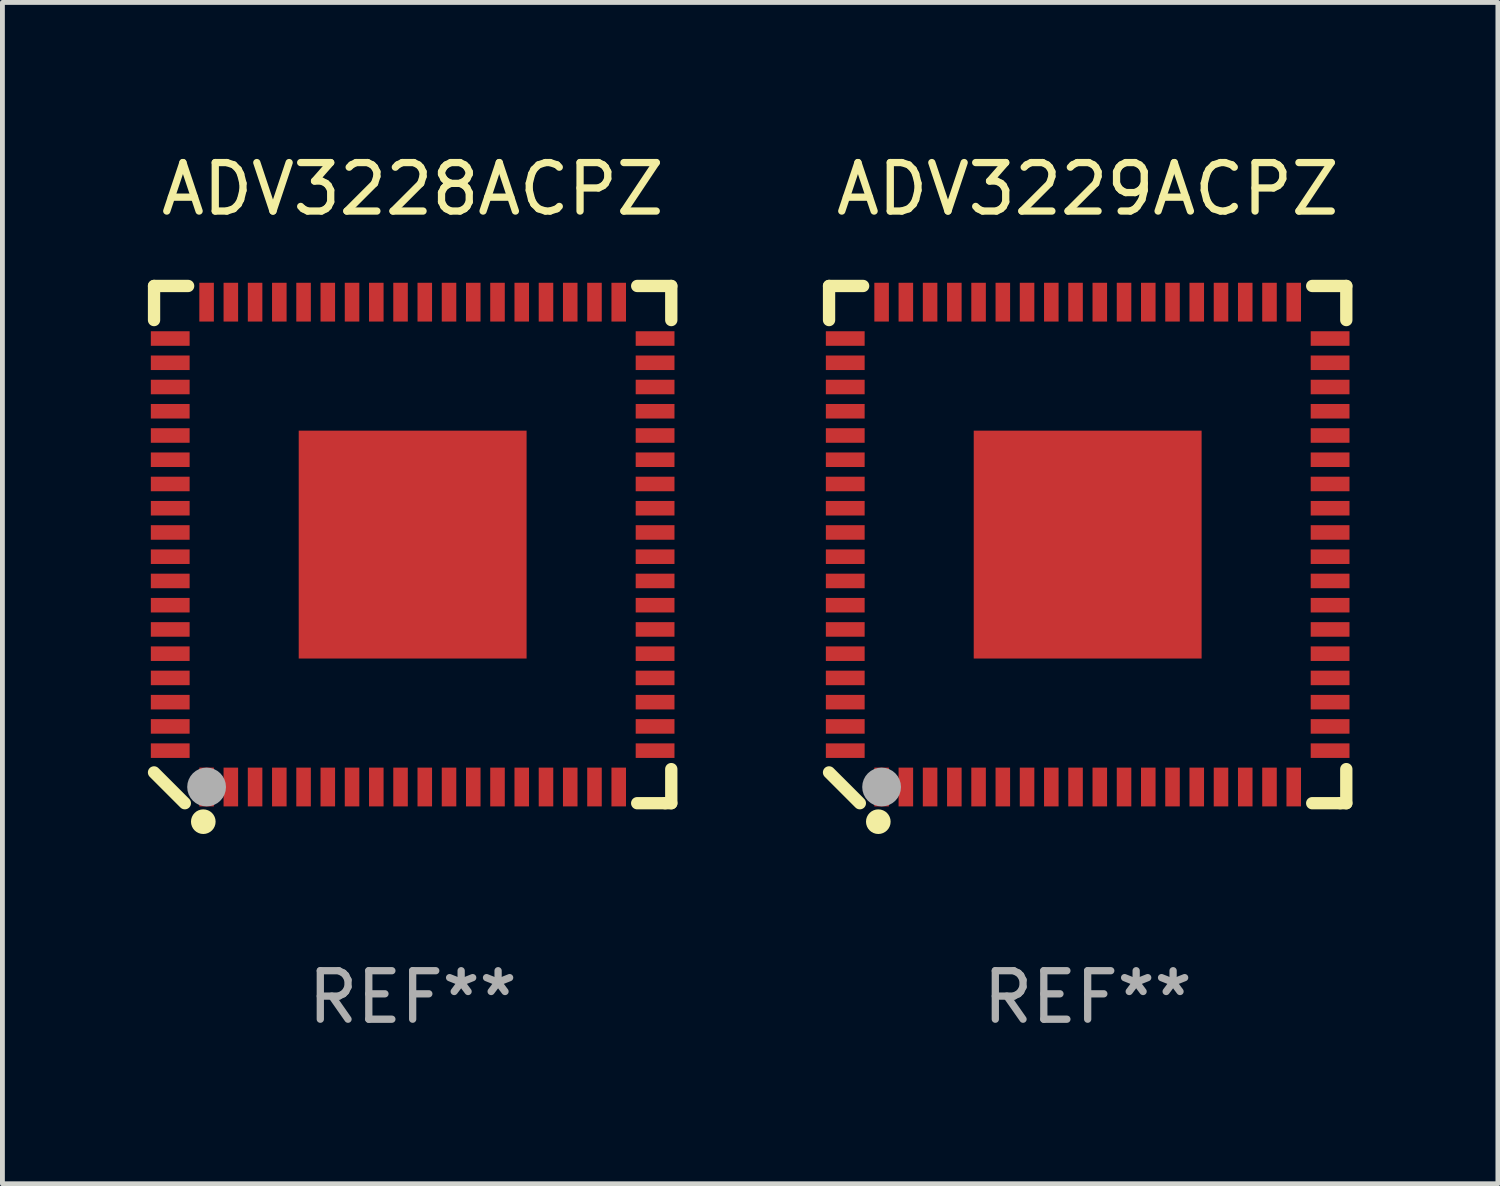
<source format=kicad_pcb>
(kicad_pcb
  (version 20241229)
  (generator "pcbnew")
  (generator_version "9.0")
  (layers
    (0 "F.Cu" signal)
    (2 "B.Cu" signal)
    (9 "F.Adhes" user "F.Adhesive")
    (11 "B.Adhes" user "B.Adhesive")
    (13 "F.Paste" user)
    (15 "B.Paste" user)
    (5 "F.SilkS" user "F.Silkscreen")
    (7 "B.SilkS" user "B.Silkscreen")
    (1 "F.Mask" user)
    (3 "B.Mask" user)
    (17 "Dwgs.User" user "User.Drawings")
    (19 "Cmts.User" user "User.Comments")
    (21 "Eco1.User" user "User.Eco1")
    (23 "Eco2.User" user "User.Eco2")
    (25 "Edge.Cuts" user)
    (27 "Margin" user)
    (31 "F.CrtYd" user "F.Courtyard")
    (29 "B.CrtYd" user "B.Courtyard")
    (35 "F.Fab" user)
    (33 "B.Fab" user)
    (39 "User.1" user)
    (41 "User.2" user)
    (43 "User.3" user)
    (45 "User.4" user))
  (footprint "ADV3228ACPZ"
    (layer "F.Cu")
    (at 5.461 8.182)
    (property "Reference" "ADV3228ACPZ" (at 0 -7.334 0) (layer "F.SilkS") (effects (font (size 1 1) (thickness 0.15))))
    (attr through_hole)
    (fp_line (start -5.334 -5.334) (end -4.631 -5.334) (stroke (width 0.254) (type solid)) (layer "F.SilkS"))
    (fp_line (start -5.334 -4.631) (end -5.334 -5.334) (stroke (width 0.254) (type solid)) (layer "F.SilkS"))
    (fp_line (start -5.334 4.699) (end -4.699 5.334) (stroke (width 0.254) (type solid)) (layer "F.SilkS"))
    (fp_line (start 4.631 5.334) (end 5.207 5.334) (stroke (width 0.254) (type solid)) (layer "F.SilkS"))
    (fp_line (start 5.207 5.334) (end 5.334 5.334) (stroke (width 0.254) (type solid)) (layer "F.SilkS"))
    (fp_line (start 5.334 -5.334) (end 4.631 -5.334) (stroke (width 0.254) (type solid)) (layer "F.SilkS"))
    (fp_line (start 5.334 -4.631) (end 5.334 -5.334) (stroke (width 0.254) (type solid)) (layer "F.SilkS"))
    (fp_line (start 5.334 5.334) (end 5.334 4.631) (stroke (width 0.254) (type solid)) (layer "F.SilkS"))
    (fp_circle (center -5 5) (end -4.97 5) (stroke (width 0.06) (type solid)) (fill no) (layer "F.SilkS"))
    (fp_circle (center -4.318 5.715) (end -4.191 5.715) (stroke (width 0.254) (type solid)) (fill no) (layer "F.SilkS"))
    (fp_circle (center -4.25 5) (end -4.05 5) (stroke (width 0.4) (type solid)) (fill no) (layer "F.Fab"))
    (fp_text user "REF**" (at 0 9.334 0) (layer "F.Fab") (effects (font (size 1 1) (thickness 0.15))))
    (pad "1" smd rect (at -4.25 5 90) (size 0.8 0.3) (layers "F.Cu" "F.Mask" "F.Paste"))
    (pad "2" smd rect (at -3.75 5 90) (size 0.8 0.3) (layers "F.Cu" "F.Mask" "F.Paste"))
    (pad "3" smd rect (at -3.25 5 90) (size 0.8 0.3) (layers "F.Cu" "F.Mask" "F.Paste"))
    (pad "4" smd rect (at -2.75 5 90) (size 0.8 0.3) (layers "F.Cu" "F.Mask" "F.Paste"))
    (pad "5" smd rect (at -2.25 5 90) (size 0.8 0.3) (layers "F.Cu" "F.Mask" "F.Paste"))
    (pad "6" smd rect (at -1.75 5 90) (size 0.8 0.3) (layers "F.Cu" "F.Mask" "F.Paste"))
    (pad "7" smd rect (at -1.25 5 90) (size 0.8 0.3) (layers "F.Cu" "F.Mask" "F.Paste"))
    (pad "8" smd rect (at -0.75 5 90) (size 0.8 0.3) (layers "F.Cu" "F.Mask" "F.Paste"))
    (pad "9" smd rect (at -0.25 5 90) (size 0.8 0.3) (layers "F.Cu" "F.Mask" "F.Paste"))
    (pad "10" smd rect (at 0.25 5 90) (size 0.8 0.3) (layers "F.Cu" "F.Mask" "F.Paste"))
    (pad "11" smd rect (at 0.75 5 90) (size 0.8 0.3) (layers "F.Cu" "F.Mask" "F.Paste"))
    (pad "12" smd rect (at 1.25 5 90) (size 0.8 0.3) (layers "F.Cu" "F.Mask" "F.Paste"))
    (pad "13" smd rect (at 1.75 5 90) (size 0.8 0.3) (layers "F.Cu" "F.Mask" "F.Paste"))
    (pad "14" smd rect (at 2.25 5 90) (size 0.8 0.3) (layers "F.Cu" "F.Mask" "F.Paste"))
    (pad "15" smd rect (at 2.75 5 90) (size 0.8 0.3) (layers "F.Cu" "F.Mask" "F.Paste"))
    (pad "16" smd rect (at 3.25 5 90) (size 0.8 0.3) (layers "F.Cu" "F.Mask" "F.Paste"))
    (pad "17" smd rect (at 3.75 5 90) (size 0.8 0.3) (layers "F.Cu" "F.Mask" "F.Paste"))
    (pad "18" smd rect (at 4.25 5 90) (size 0.8 0.3) (layers "F.Cu" "F.Mask" "F.Paste"))
    (pad "19" smd rect (at 5 4.25 180) (size 0.8 0.3) (layers "F.Cu" "F.Mask" "F.Paste"))
    (pad "20" smd rect (at 5 3.75 180) (size 0.8 0.3) (layers "F.Cu" "F.Mask" "F.Paste"))
    (pad "21" smd rect (at 5 3.25 180) (size 0.8 0.3) (layers "F.Cu" "F.Mask" "F.Paste"))
    (pad "22" smd rect (at 5 2.75 180) (size 0.8 0.3) (layers "F.Cu" "F.Mask" "F.Paste"))
    (pad "23" smd rect (at 5 2.25 180) (size 0.8 0.3) (layers "F.Cu" "F.Mask" "F.Paste"))
    (pad "24" smd rect (at 5 1.75 180) (size 0.8 0.3) (layers "F.Cu" "F.Mask" "F.Paste"))
    (pad "25" smd rect (at 5 1.25 180) (size 0.8 0.3) (layers "F.Cu" "F.Mask" "F.Paste"))
    (pad "26" smd rect (at 5 0.75 180) (size 0.8 0.3) (layers "F.Cu" "F.Mask" "F.Paste"))
    (pad "27" smd rect (at 5 0.25 180) (size 0.8 0.3) (layers "F.Cu" "F.Mask" "F.Paste"))
    (pad "28" smd rect (at 5 -0.25 180) (size 0.8 0.3) (layers "F.Cu" "F.Mask" "F.Paste"))
    (pad "29" smd rect (at 5 -0.75 180) (size 0.8 0.3) (layers "F.Cu" "F.Mask" "F.Paste"))
    (pad "30" smd rect (at 5 -1.25 180) (size 0.8 0.3) (layers "F.Cu" "F.Mask" "F.Paste"))
    (pad "31" smd rect (at 5 -1.75 180) (size 0.8 0.3) (layers "F.Cu" "F.Mask" "F.Paste"))
    (pad "32" smd rect (at 5 -2.25 180) (size 0.8 0.3) (layers "F.Cu" "F.Mask" "F.Paste"))
    (pad "33" smd rect (at 5 -2.75 180) (size 0.8 0.3) (layers "F.Cu" "F.Mask" "F.Paste"))
    (pad "34" smd rect (at 5 -3.25 180) (size 0.8 0.3) (layers "F.Cu" "F.Mask" "F.Paste"))
    (pad "35" smd rect (at 5 -3.75 180) (size 0.8 0.3) (layers "F.Cu" "F.Mask" "F.Paste"))
    (pad "36" smd rect (at 5 -4.25 180) (size 0.8 0.3) (layers "F.Cu" "F.Mask" "F.Paste"))
    (pad "37" smd rect (at 4.25 -5 270) (size 0.8 0.3) (layers "F.Cu" "F.Mask" "F.Paste"))
    (pad "38" smd rect (at 3.75 -5 270) (size 0.8 0.3) (layers "F.Cu" "F.Mask" "F.Paste"))
    (pad "39" smd rect (at 3.25 -5 270) (size 0.8 0.3) (layers "F.Cu" "F.Mask" "F.Paste"))
    (pad "40" smd rect (at 2.75 -5 270) (size 0.8 0.3) (layers "F.Cu" "F.Mask" "F.Paste"))
    (pad "41" smd rect (at 2.25 -5 270) (size 0.8 0.3) (layers "F.Cu" "F.Mask" "F.Paste"))
    (pad "42" smd rect (at 1.75 -5 270) (size 0.8 0.3) (layers "F.Cu" "F.Mask" "F.Paste"))
    (pad "43" smd rect (at 1.25 -5 270) (size 0.8 0.3) (layers "F.Cu" "F.Mask" "F.Paste"))
    (pad "44" smd rect (at 0.75 -5 270) (size 0.8 0.3) (layers "F.Cu" "F.Mask" "F.Paste"))
    (pad "45" smd rect (at 0.25 -5 270) (size 0.8 0.3) (layers "F.Cu" "F.Mask" "F.Paste"))
    (pad "46" smd rect (at -0.25 -5 270) (size 0.8 0.3) (layers "F.Cu" "F.Mask" "F.Paste"))
    (pad "47" smd rect (at -0.75 -5 270) (size 0.8 0.3) (layers "F.Cu" "F.Mask" "F.Paste"))
    (pad "48" smd rect (at -1.25 -5 270) (size 0.8 0.3) (layers "F.Cu" "F.Mask" "F.Paste"))
    (pad "49" smd rect (at -1.75 -5 270) (size 0.8 0.3) (layers "F.Cu" "F.Mask" "F.Paste"))
    (pad "50" smd rect (at -2.25 -5 270) (size 0.8 0.3) (layers "F.Cu" "F.Mask" "F.Paste"))
    (pad "51" smd rect (at -2.75 -5 270) (size 0.8 0.3) (layers "F.Cu" "F.Mask" "F.Paste"))
    (pad "52" smd rect (at -3.25 -5 270) (size 0.8 0.3) (layers "F.Cu" "F.Mask" "F.Paste"))
    (pad "53" smd rect (at -3.75 -5 270) (size 0.8 0.3) (layers "F.Cu" "F.Mask" "F.Paste"))
    (pad "54" smd rect (at -4.25 -5 270) (size 0.8 0.3) (layers "F.Cu" "F.Mask" "F.Paste"))
    (pad "55" smd rect (at -5 -4.25) (size 0.8 0.3) (layers "F.Cu" "F.Mask" "F.Paste"))
    (pad "56" smd rect (at -5 -3.75) (size 0.8 0.3) (layers "F.Cu" "F.Mask" "F.Paste"))
    (pad "57" smd rect (at -5 -3.25) (size 0.8 0.3) (layers "F.Cu" "F.Mask" "F.Paste"))
    (pad "58" smd rect (at -5 -2.75) (size 0.8 0.3) (layers "F.Cu" "F.Mask" "F.Paste"))
    (pad "59" smd rect (at -5 -2.25) (size 0.8 0.3) (layers "F.Cu" "F.Mask" "F.Paste"))
    (pad "60" smd rect (at -5 -1.75) (size 0.8 0.3) (layers "F.Cu" "F.Mask" "F.Paste"))
    (pad "61" smd rect (at -5 -1.25) (size 0.8 0.3) (layers "F.Cu" "F.Mask" "F.Paste"))
    (pad "62" smd rect (at -5 -0.75) (size 0.8 0.3) (layers "F.Cu" "F.Mask" "F.Paste"))
    (pad "63" smd rect (at -5 -0.25) (size 0.8 0.3) (layers "F.Cu" "F.Mask" "F.Paste"))
    (pad "64" smd rect (at -5 0.25) (size 0.8 0.3) (layers "F.Cu" "F.Mask" "F.Paste"))
    (pad "65" smd rect (at -5 0.75) (size 0.8 0.3) (layers "F.Cu" "F.Mask" "F.Paste"))
    (pad "66" smd rect (at -5 1.25) (size 0.8 0.3) (layers "F.Cu" "F.Mask" "F.Paste"))
    (pad "67" smd rect (at -5 1.75) (size 0.8 0.3) (layers "F.Cu" "F.Mask" "F.Paste"))
    (pad "68" smd rect (at -5 2.25) (size 0.8 0.3) (layers "F.Cu" "F.Mask" "F.Paste"))
    (pad "69" smd rect (at -5 2.75) (size 0.8 0.3) (layers "F.Cu" "F.Mask" "F.Paste"))
    (pad "70" smd rect (at -5 3.25) (size 0.8 0.3) (layers "F.Cu" "F.Mask" "F.Paste"))
    (pad "71" smd rect (at -5 3.75) (size 0.8 0.3) (layers "F.Cu" "F.Mask" "F.Paste"))
    (pad "72" smd rect (at -5 4.25) (size 0.8 0.3) (layers "F.Cu" "F.Mask" "F.Paste"))
    (pad "73" smd rect (at -0.000127 0 180) (size 4.7 4.7) (layers "F.Cu" "F.Mask" "F.Paste")))
  (footprint "ADV3229ACPZ"
    (layer "F.Cu")
    (at 19.383 8.182)
    (property "Reference" "ADV3229ACPZ" (at 0 -7.334 0) (layer "F.SilkS") (effects (font (size 1 1) (thickness 0.15))))
    (attr through_hole)
    (fp_line (start -5.334 -5.334) (end -4.631 -5.334) (stroke (width 0.254) (type solid)) (layer "F.SilkS"))
    (fp_line (start -5.334 -4.631) (end -5.334 -5.334) (stroke (width 0.254) (type solid)) (layer "F.SilkS"))
    (fp_line (start -5.334 4.699) (end -4.699 5.334) (stroke (width 0.254) (type solid)) (layer "F.SilkS"))
    (fp_line (start 4.631 5.334) (end 5.207 5.334) (stroke (width 0.254) (type solid)) (layer "F.SilkS"))
    (fp_line (start 5.207 5.334) (end 5.334 5.334) (stroke (width 0.254) (type solid)) (layer "F.SilkS"))
    (fp_line (start 5.334 -5.334) (end 4.631 -5.334) (stroke (width 0.254) (type solid)) (layer "F.SilkS"))
    (fp_line (start 5.334 -4.631) (end 5.334 -5.334) (stroke (width 0.254) (type solid)) (layer "F.SilkS"))
    (fp_line (start 5.334 5.334) (end 5.334 4.631) (stroke (width 0.254) (type solid)) (layer "F.SilkS"))
    (fp_circle (center -5 5) (end -4.97 5) (stroke (width 0.06) (type solid)) (fill no) (layer "F.SilkS"))
    (fp_circle (center -4.318 5.715) (end -4.191 5.715) (stroke (width 0.254) (type solid)) (fill no) (layer "F.SilkS"))
    (fp_circle (center -4.25 5) (end -4.05 5) (stroke (width 0.4) (type solid)) (fill no) (layer "F.Fab"))
    (fp_text user "REF**" (at 0 9.334 0) (layer "F.Fab") (effects (font (size 1 1) (thickness 0.15))))
    (pad "1" smd rect (at -4.25 5 90) (size 0.8 0.3) (layers "F.Cu" "F.Mask" "F.Paste"))
    (pad "2" smd rect (at -3.75 5 90) (size 0.8 0.3) (layers "F.Cu" "F.Mask" "F.Paste"))
    (pad "3" smd rect (at -3.25 5 90) (size 0.8 0.3) (layers "F.Cu" "F.Mask" "F.Paste"))
    (pad "4" smd rect (at -2.75 5 90) (size 0.8 0.3) (layers "F.Cu" "F.Mask" "F.Paste"))
    (pad "5" smd rect (at -2.25 5 90) (size 0.8 0.3) (layers "F.Cu" "F.Mask" "F.Paste"))
    (pad "6" smd rect (at -1.75 5 90) (size 0.8 0.3) (layers "F.Cu" "F.Mask" "F.Paste"))
    (pad "7" smd rect (at -1.25 5 90) (size 0.8 0.3) (layers "F.Cu" "F.Mask" "F.Paste"))
    (pad "8" smd rect (at -0.75 5 90) (size 0.8 0.3) (layers "F.Cu" "F.Mask" "F.Paste"))
    (pad "9" smd rect (at -0.25 5 90) (size 0.8 0.3) (layers "F.Cu" "F.Mask" "F.Paste"))
    (pad "10" smd rect (at 0.25 5 90) (size 0.8 0.3) (layers "F.Cu" "F.Mask" "F.Paste"))
    (pad "11" smd rect (at 0.75 5 90) (size 0.8 0.3) (layers "F.Cu" "F.Mask" "F.Paste"))
    (pad "12" smd rect (at 1.25 5 90) (size 0.8 0.3) (layers "F.Cu" "F.Mask" "F.Paste"))
    (pad "13" smd rect (at 1.75 5 90) (size 0.8 0.3) (layers "F.Cu" "F.Mask" "F.Paste"))
    (pad "14" smd rect (at 2.25 5 90) (size 0.8 0.3) (layers "F.Cu" "F.Mask" "F.Paste"))
    (pad "15" smd rect (at 2.75 5 90) (size 0.8 0.3) (layers "F.Cu" "F.Mask" "F.Paste"))
    (pad "16" smd rect (at 3.25 5 90) (size 0.8 0.3) (layers "F.Cu" "F.Mask" "F.Paste"))
    (pad "17" smd rect (at 3.75 5 90) (size 0.8 0.3) (layers "F.Cu" "F.Mask" "F.Paste"))
    (pad "18" smd rect (at 4.25 5 90) (size 0.8 0.3) (layers "F.Cu" "F.Mask" "F.Paste"))
    (pad "19" smd rect (at 5 4.25 180) (size 0.8 0.3) (layers "F.Cu" "F.Mask" "F.Paste"))
    (pad "20" smd rect (at 5 3.75 180) (size 0.8 0.3) (layers "F.Cu" "F.Mask" "F.Paste"))
    (pad "21" smd rect (at 5 3.25 180) (size 0.8 0.3) (layers "F.Cu" "F.Mask" "F.Paste"))
    (pad "22" smd rect (at 5 2.75 180) (size 0.8 0.3) (layers "F.Cu" "F.Mask" "F.Paste"))
    (pad "23" smd rect (at 5 2.25 180) (size 0.8 0.3) (layers "F.Cu" "F.Mask" "F.Paste"))
    (pad "24" smd rect (at 5 1.75 180) (size 0.8 0.3) (layers "F.Cu" "F.Mask" "F.Paste"))
    (pad "25" smd rect (at 5 1.25 180) (size 0.8 0.3) (layers "F.Cu" "F.Mask" "F.Paste"))
    (pad "26" smd rect (at 5 0.75 180) (size 0.8 0.3) (layers "F.Cu" "F.Mask" "F.Paste"))
    (pad "27" smd rect (at 5 0.25 180) (size 0.8 0.3) (layers "F.Cu" "F.Mask" "F.Paste"))
    (pad "28" smd rect (at 5 -0.25 180) (size 0.8 0.3) (layers "F.Cu" "F.Mask" "F.Paste"))
    (pad "29" smd rect (at 5 -0.75 180) (size 0.8 0.3) (layers "F.Cu" "F.Mask" "F.Paste"))
    (pad "30" smd rect (at 5 -1.25 180) (size 0.8 0.3) (layers "F.Cu" "F.Mask" "F.Paste"))
    (pad "31" smd rect (at 5 -1.75 180) (size 0.8 0.3) (layers "F.Cu" "F.Mask" "F.Paste"))
    (pad "32" smd rect (at 5 -2.25 180) (size 0.8 0.3) (layers "F.Cu" "F.Mask" "F.Paste"))
    (pad "33" smd rect (at 5 -2.75 180) (size 0.8 0.3) (layers "F.Cu" "F.Mask" "F.Paste"))
    (pad "34" smd rect (at 5 -3.25 180) (size 0.8 0.3) (layers "F.Cu" "F.Mask" "F.Paste"))
    (pad "35" smd rect (at 5 -3.75 180) (size 0.8 0.3) (layers "F.Cu" "F.Mask" "F.Paste"))
    (pad "36" smd rect (at 5 -4.25 180) (size 0.8 0.3) (layers "F.Cu" "F.Mask" "F.Paste"))
    (pad "37" smd rect (at 4.25 -5 270) (size 0.8 0.3) (layers "F.Cu" "F.Mask" "F.Paste"))
    (pad "38" smd rect (at 3.75 -5 270) (size 0.8 0.3) (layers "F.Cu" "F.Mask" "F.Paste"))
    (pad "39" smd rect (at 3.25 -5 270) (size 0.8 0.3) (layers "F.Cu" "F.Mask" "F.Paste"))
    (pad "40" smd rect (at 2.75 -5 270) (size 0.8 0.3) (layers "F.Cu" "F.Mask" "F.Paste"))
    (pad "41" smd rect (at 2.25 -5 270) (size 0.8 0.3) (layers "F.Cu" "F.Mask" "F.Paste"))
    (pad "42" smd rect (at 1.75 -5 270) (size 0.8 0.3) (layers "F.Cu" "F.Mask" "F.Paste"))
    (pad "43" smd rect (at 1.25 -5 270) (size 0.8 0.3) (layers "F.Cu" "F.Mask" "F.Paste"))
    (pad "44" smd rect (at 0.75 -5 270) (size 0.8 0.3) (layers "F.Cu" "F.Mask" "F.Paste"))
    (pad "45" smd rect (at 0.25 -5 270) (size 0.8 0.3) (layers "F.Cu" "F.Mask" "F.Paste"))
    (pad "46" smd rect (at -0.25 -5 270) (size 0.8 0.3) (layers "F.Cu" "F.Mask" "F.Paste"))
    (pad "47" smd rect (at -0.75 -5 270) (size 0.8 0.3) (layers "F.Cu" "F.Mask" "F.Paste"))
    (pad "48" smd rect (at -1.25 -5 270) (size 0.8 0.3) (layers "F.Cu" "F.Mask" "F.Paste"))
    (pad "49" smd rect (at -1.75 -5 270) (size 0.8 0.3) (layers "F.Cu" "F.Mask" "F.Paste"))
    (pad "50" smd rect (at -2.25 -5 270) (size 0.8 0.3) (layers "F.Cu" "F.Mask" "F.Paste"))
    (pad "51" smd rect (at -2.75 -5 270) (size 0.8 0.3) (layers "F.Cu" "F.Mask" "F.Paste"))
    (pad "52" smd rect (at -3.25 -5 270) (size 0.8 0.3) (layers "F.Cu" "F.Mask" "F.Paste"))
    (pad "53" smd rect (at -3.75 -5 270) (size 0.8 0.3) (layers "F.Cu" "F.Mask" "F.Paste"))
    (pad "54" smd rect (at -4.25 -5 270) (size 0.8 0.3) (layers "F.Cu" "F.Mask" "F.Paste"))
    (pad "55" smd rect (at -5 -4.25) (size 0.8 0.3) (layers "F.Cu" "F.Mask" "F.Paste"))
    (pad "56" smd rect (at -5 -3.75) (size 0.8 0.3) (layers "F.Cu" "F.Mask" "F.Paste"))
    (pad "57" smd rect (at -5 -3.25) (size 0.8 0.3) (layers "F.Cu" "F.Mask" "F.Paste"))
    (pad "58" smd rect (at -5 -2.75) (size 0.8 0.3) (layers "F.Cu" "F.Mask" "F.Paste"))
    (pad "59" smd rect (at -5 -2.25) (size 0.8 0.3) (layers "F.Cu" "F.Mask" "F.Paste"))
    (pad "60" smd rect (at -5 -1.75) (size 0.8 0.3) (layers "F.Cu" "F.Mask" "F.Paste"))
    (pad "61" smd rect (at -5 -1.25) (size 0.8 0.3) (layers "F.Cu" "F.Mask" "F.Paste"))
    (pad "62" smd rect (at -5 -0.75) (size 0.8 0.3) (layers "F.Cu" "F.Mask" "F.Paste"))
    (pad "63" smd rect (at -5 -0.25) (size 0.8 0.3) (layers "F.Cu" "F.Mask" "F.Paste"))
    (pad "64" smd rect (at -5 0.25) (size 0.8 0.3) (layers "F.Cu" "F.Mask" "F.Paste"))
    (pad "65" smd rect (at -5 0.75) (size 0.8 0.3) (layers "F.Cu" "F.Mask" "F.Paste"))
    (pad "66" smd rect (at -5 1.25) (size 0.8 0.3) (layers "F.Cu" "F.Mask" "F.Paste"))
    (pad "67" smd rect (at -5 1.75) (size 0.8 0.3) (layers "F.Cu" "F.Mask" "F.Paste"))
    (pad "68" smd rect (at -5 2.25) (size 0.8 0.3) (layers "F.Cu" "F.Mask" "F.Paste"))
    (pad "69" smd rect (at -5 2.75) (size 0.8 0.3) (layers "F.Cu" "F.Mask" "F.Paste"))
    (pad "70" smd rect (at -5 3.25) (size 0.8 0.3) (layers "F.Cu" "F.Mask" "F.Paste"))
    (pad "71" smd rect (at -5 3.75) (size 0.8 0.3) (layers "F.Cu" "F.Mask" "F.Paste"))
    (pad "72" smd rect (at -5 4.25) (size 0.8 0.3) (layers "F.Cu" "F.Mask" "F.Paste"))
    (pad "73" smd rect (at -0.000127 0 180) (size 4.7 4.7) (layers "F.Cu" "F.Mask" "F.Paste")))
  (gr_rect
    (start -3 -3)
    (end 27.844 21.365)
    (stroke (width 0.1) (type default))
    (fill no)
    (layer "Edge.Cuts")))
</source>
